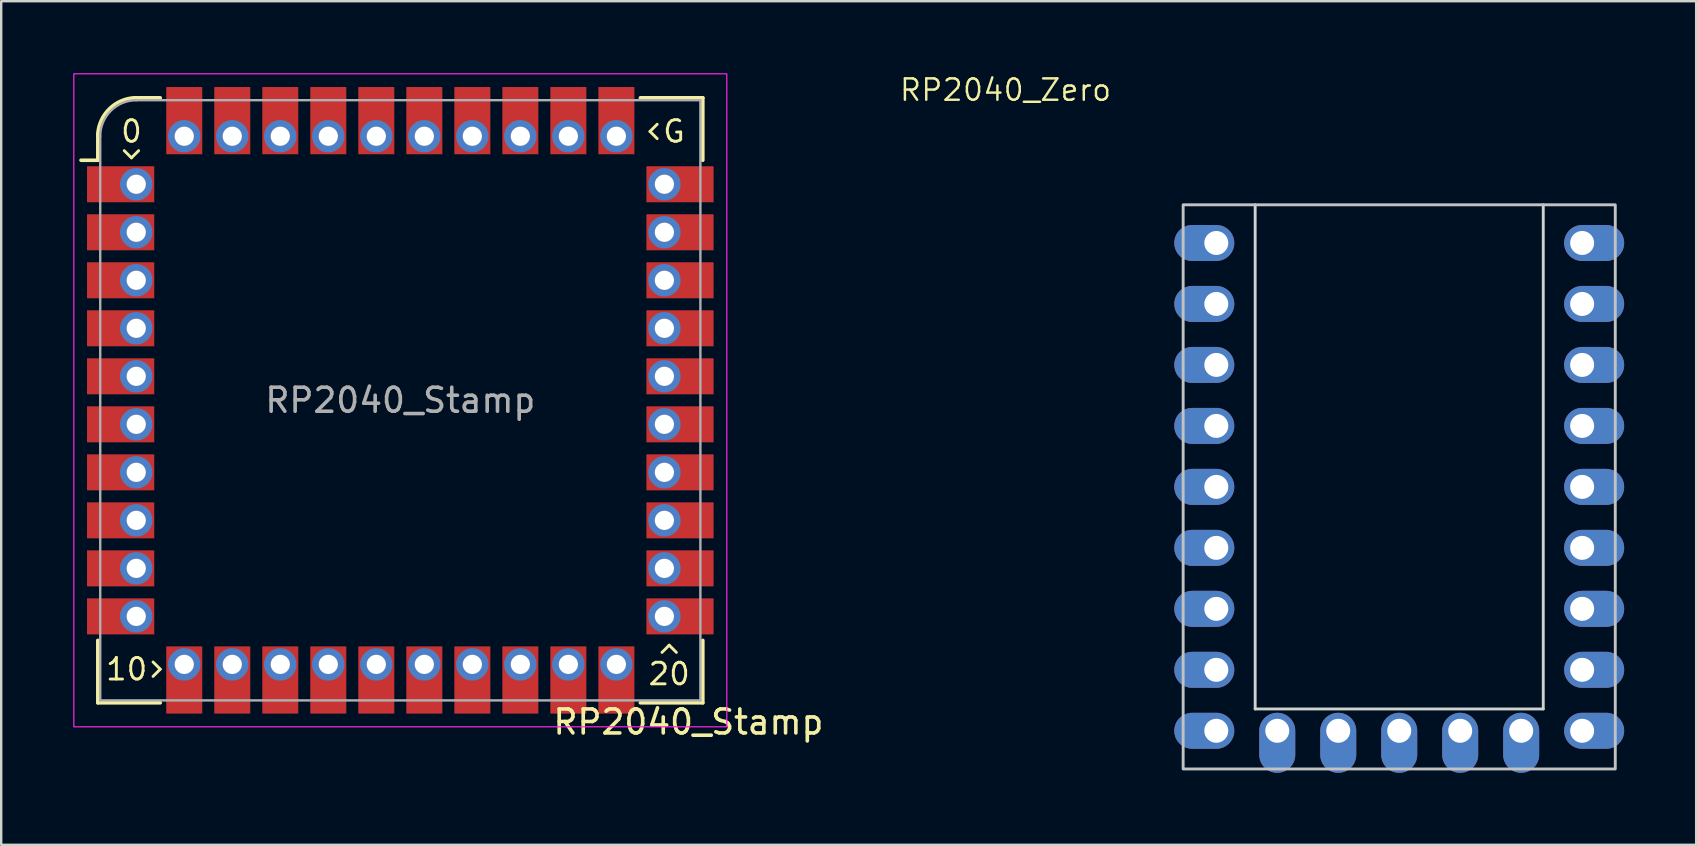
<source format=kicad_pcb>
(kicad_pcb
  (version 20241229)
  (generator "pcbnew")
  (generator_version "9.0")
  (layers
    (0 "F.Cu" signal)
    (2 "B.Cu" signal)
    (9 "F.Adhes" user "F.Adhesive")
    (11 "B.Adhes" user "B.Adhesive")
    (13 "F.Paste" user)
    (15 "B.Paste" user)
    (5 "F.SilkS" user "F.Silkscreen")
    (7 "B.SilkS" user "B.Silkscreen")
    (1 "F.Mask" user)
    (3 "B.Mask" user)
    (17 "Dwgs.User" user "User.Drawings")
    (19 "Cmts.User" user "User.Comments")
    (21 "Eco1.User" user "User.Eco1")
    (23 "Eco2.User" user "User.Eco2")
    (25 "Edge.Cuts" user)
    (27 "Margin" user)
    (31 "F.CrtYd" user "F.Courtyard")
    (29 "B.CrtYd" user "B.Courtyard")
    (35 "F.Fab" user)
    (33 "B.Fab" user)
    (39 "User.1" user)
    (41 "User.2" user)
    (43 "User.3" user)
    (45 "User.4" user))
  (footprint "RP2040_Stamp"
    (layer "F.Cu")
    (at 13.625 13.625)
    (property "Reference" "RP2040_Stamp" (at 12 13.4 0) (unlocked yes) (layer "F.SilkS") (effects (font (size 1 1) (thickness 0.15))))
    (attr through_hole)
    (fp_line (start -12.6 -10) (end -13.3 -10) (stroke (width 0.15) (type solid)) (layer "F.SilkS"))
    (fp_line (start -12.6 -10) (end -12.6 -11.1) (stroke (width 0.15) (type solid)) (layer "F.SilkS"))
    (fp_line (start -12.6 12.6) (end -12.6 10) (stroke (width 0.15) (type solid)) (layer "F.SilkS"))
    (fp_line (start -11.5 -10.4) (end -11.2 -10.1) (stroke (width 0.12) (type solid)) (layer "F.SilkS"))
    (fp_line (start -11.2 -10.1) (end -10.9 -10.4) (stroke (width 0.12) (type solid)) (layer "F.SilkS"))
    (fp_line (start -11.1 -12.6) (end -10 -12.6) (stroke (width 0.15) (type solid)) (layer "F.SilkS"))
    (fp_line (start -10.3 11.5) (end -10 11.2) (stroke (width 0.12) (type solid)) (layer "F.SilkS"))
    (fp_line (start -10 11.2) (end -10.3 10.9) (stroke (width 0.12) (type solid)) (layer "F.SilkS"))
    (fp_line (start -10 12.6) (end -12.6 12.6) (stroke (width 0.15) (type solid)) (layer "F.SilkS"))
    (fp_line (start 10 -12.6) (end 12.6 -12.6) (stroke (width 0.15) (type solid)) (layer "F.SilkS"))
    (fp_line (start 10.4 -11.2) (end 10.7 -10.9) (stroke (width 0.12) (type solid)) (layer "F.SilkS"))
    (fp_line (start 10.7 -11.5) (end 10.4 -11.2) (stroke (width 0.12) (type solid)) (layer "F.SilkS"))
    (fp_line (start 11.2 10.2) (end 10.9 10.5) (stroke (width 0.12) (type solid)) (layer "F.SilkS"))
    (fp_line (start 11.5 10.5) (end 11.2 10.2) (stroke (width 0.12) (type solid)) (layer "F.SilkS"))
    (fp_line (start 12.6 -12.6) (end 12.6 -10) (stroke (width 0.15) (type solid)) (layer "F.SilkS"))
    (fp_line (start 12.6 10) (end 12.6 12.6) (stroke (width 0.15) (type solid)) (layer "F.SilkS"))
    (fp_line (start 12.6 12.6) (end 10 12.6) (stroke (width 0.15) (type solid)) (layer "F.SilkS"))
    (fp_arc (start -12.6 -11.1) (mid -12.129432 -12.129432) (end -11.1 -12.6) (stroke (width 0.15) (type solid)) (layer "F.SilkS"))
    (fp_rect (start -13.6 -13.6) (end 13.6 13.6) (stroke (width 0.05) (type solid)) (fill no) (layer "F.CrtYd"))
    (fp_line (start -12.5 12.5) (end -12.5 -11) (stroke (width 0.1) (type solid)) (layer "F.Fab"))
    (fp_line (start -11 -12.5) (end 12.5 -12.5) (stroke (width 0.1) (type solid)) (layer "F.Fab"))
    (fp_line (start 12.5 -12.5) (end 12.5 12.5) (stroke (width 0.1) (type solid)) (layer "F.Fab"))
    (fp_line (start 12.5 12.5) (end -12.5 12.5) (stroke (width 0.1) (type solid)) (layer "F.Fab"))
    (fp_arc (start -12.500003 -11.000003) (mid -12.060661 -12.060662) (end -11 -12.5) (stroke (width 0.1) (type solid)) (layer "F.Fab"))
    (fp_text user "G" (at 11.4 -11.2 0) (unlocked yes) (layer "F.SilkS") (effects (font (size 0.9 0.9) (thickness 0.12))))
    (fp_text user "20" (at 11.2 11.4 0) (unlocked yes) (layer "F.SilkS") (effects (font (size 0.9 0.9) (thickness 0.12))))
    (fp_text user "0" (at -11.2 -11.2 0) (unlocked yes) (layer "F.SilkS") (effects (font (size 0.9 0.9) (thickness 0.12))))
    (fp_text user "10" (at -11.4 11.2 0) (unlocked yes) (layer "F.SilkS") (effects (font (size 0.9 0.9) (thickness 0.12))))
    (fp_text user "${REFERENCE}" (at 0 0 0) (unlocked yes) (layer "F.Fab") (effects (font (size 1 1) (thickness 0.15))))
    (pad "1" smd rect (at -11.65 -9) (size 2.8 1.5) (layers "F.Cu" "F.Mask" "F.Paste"))
    (pad "1" thru_hole circle (at -11 -9) (size 1.35 1.35) (drill 0.8) (layers "*.Cu" "*.Mask"))
    (pad "2" smd rect (at -11.65 -7) (size 2.8 1.5) (layers "F.Cu" "F.Mask" "F.Paste"))
    (pad "2" thru_hole oval (at -11 -7) (size 1.35 1.35) (drill 0.8) (layers "*.Cu" "*.Mask"))
    (pad "3" smd rect (at -11.65 -5) (size 2.8 1.5) (layers "F.Cu" "F.Mask" "F.Paste"))
    (pad "3" thru_hole oval (at -11 -5) (size 1.35 1.35) (drill 0.8) (layers "*.Cu" "*.Mask"))
    (pad "4" smd rect (at -11.65 -3) (size 2.8 1.5) (layers "F.Cu" "F.Mask" "F.Paste"))
    (pad "4" thru_hole oval (at -11 -3) (size 1.35 1.35) (drill 0.8) (layers "*.Cu" "*.Mask"))
    (pad "5" smd rect (at -11.65 -1) (size 2.8 1.5) (layers "F.Cu" "F.Mask" "F.Paste"))
    (pad "5" thru_hole oval (at -11 -1) (size 1.35 1.35) (drill 0.8) (layers "*.Cu" "*.Mask"))
    (pad "6" smd rect (at -11.65 1) (size 2.8 1.5) (layers "F.Cu" "F.Mask" "F.Paste"))
    (pad "6" thru_hole oval (at -11 1) (size 1.35 1.35) (drill 0.8) (layers "*.Cu" "*.Mask"))
    (pad "7" smd rect (at -11.65 3) (size 2.8 1.5) (layers "F.Cu" "F.Mask" "F.Paste"))
    (pad "7" thru_hole oval (at -11 3) (size 1.35 1.35) (drill 0.8) (layers "*.Cu" "*.Mask"))
    (pad "8" smd rect (at -11.65 5) (size 2.8 1.5) (layers "F.Cu" "F.Mask" "F.Paste"))
    (pad "8" thru_hole oval (at -11 5) (size 1.35 1.35) (drill 0.8) (layers "*.Cu" "*.Mask"))
    (pad "9" smd rect (at -11.65 7) (size 2.8 1.5) (layers "F.Cu" "F.Mask" "F.Paste"))
    (pad "9" thru_hole oval (at -11 7) (size 1.35 1.35) (drill 0.8) (layers "*.Cu" "*.Mask"))
    (pad "10" smd rect (at -11.65 9) (size 2.8 1.5) (layers "F.Cu" "F.Mask" "F.Paste"))
    (pad "10" thru_hole oval (at -11 9) (size 1.35 1.35) (drill 0.8) (layers "*.Cu" "*.Mask"))
    (pad "11" thru_hole oval (at -9 11) (size 1.35 1.35) (drill 0.8) (layers "*.Cu" "*.Mask"))
    (pad "11" smd rect (at -9 11.65 270) (size 2.8 1.5) (layers "F.Cu" "F.Mask" "F.Paste"))
    (pad "12" thru_hole oval (at -7 11) (size 1.35 1.35) (drill 0.8) (layers "*.Cu" "*.Mask"))
    (pad "12" smd rect (at -7 11.65 270) (size 2.8 1.5) (layers "F.Cu" "F.Mask" "F.Paste"))
    (pad "13" thru_hole oval (at -5 11) (size 1.35 1.35) (drill 0.8) (layers "*.Cu" "*.Mask"))
    (pad "13" smd rect (at -5 11.65 270) (size 2.8 1.5) (layers "F.Cu" "F.Mask" "F.Paste"))
    (pad "14" thru_hole oval (at -3 11) (size 1.35 1.35) (drill 0.8) (layers "*.Cu" "*.Mask"))
    (pad "14" smd rect (at -3 11.65 270) (size 2.8 1.5) (layers "F.Cu" "F.Mask" "F.Paste"))
    (pad "15" thru_hole oval (at -1 11) (size 1.35 1.35) (drill 0.8) (layers "*.Cu" "*.Mask"))
    (pad "15" smd rect (at -1 11.65 270) (size 2.8 1.5) (layers "F.Cu" "F.Mask" "F.Paste"))
    (pad "16" thru_hole oval (at 1 11) (size 1.35 1.35) (drill 0.8) (layers "*.Cu" "*.Mask"))
    (pad "16" smd rect (at 1 11.65 270) (size 2.8 1.5) (layers "F.Cu" "F.Mask" "F.Paste"))
    (pad "17" thru_hole oval (at 3 11) (size 1.35 1.35) (drill 0.8) (layers "*.Cu" "*.Mask"))
    (pad "17" smd rect (at 3 11.65 270) (size 2.8 1.5) (layers "F.Cu" "F.Mask" "F.Paste"))
    (pad "18" thru_hole oval (at 5 11) (size 1.35 1.35) (drill 0.8) (layers "*.Cu" "*.Mask"))
    (pad "18" smd rect (at 5 11.65 270) (size 2.8 1.5) (layers "F.Cu" "F.Mask" "F.Paste"))
    (pad "19" thru_hole oval (at 7 11) (size 1.35 1.35) (drill 0.8) (layers "*.Cu" "*.Mask"))
    (pad "19" smd rect (at 7 11.65 270) (size 2.8 1.5) (layers "F.Cu" "F.Mask" "F.Paste"))
    (pad "20" thru_hole oval (at 9 11) (size 1.35 1.35) (drill 0.8) (layers "*.Cu" "*.Mask"))
    (pad "20" smd rect (at 9 11.65 270) (size 2.8 1.5) (layers "F.Cu" "F.Mask" "F.Paste"))
    (pad "21" thru_hole oval (at 11 9) (size 1.35 1.35) (drill 0.8) (layers "*.Cu" "*.Mask"))
    (pad "21" smd rect (at 11.65 9) (size 2.8 1.5) (layers "F.Cu" "F.Mask" "F.Paste"))
    (pad "22" thru_hole oval (at 11 7) (size 1.35 1.35) (drill 0.8) (layers "*.Cu" "*.Mask"))
    (pad "22" smd rect (at 11.65 7) (size 2.8 1.5) (layers "F.Cu" "F.Mask" "F.Paste"))
    (pad "23" thru_hole oval (at 11 5) (size 1.35 1.35) (drill 0.8) (layers "*.Cu" "*.Mask"))
    (pad "23" smd rect (at 11.65 5) (size 2.8 1.5) (layers "F.Cu" "F.Mask" "F.Paste"))
    (pad "24" thru_hole oval (at 11 3) (size 1.35 1.35) (drill 0.8) (layers "*.Cu" "*.Mask"))
    (pad "24" smd rect (at 11.65 3) (size 2.8 1.5) (layers "F.Cu" "F.Mask" "F.Paste"))
    (pad "25" thru_hole oval (at 11 1) (size 1.35 1.35) (drill 0.8) (layers "*.Cu" "*.Mask"))
    (pad "25" smd rect (at 11.65 1) (size 2.8 1.5) (layers "F.Cu" "F.Mask" "F.Paste"))
    (pad "26" thru_hole oval (at 11 -1) (size 1.35 1.35) (drill 0.8) (layers "*.Cu" "*.Mask"))
    (pad "26" smd rect (at 11.65 -1) (size 2.8 1.5) (layers "F.Cu" "F.Mask" "F.Paste"))
    (pad "27" thru_hole oval (at 11 -3) (size 1.35 1.35) (drill 0.8) (layers "*.Cu" "*.Mask"))
    (pad "27" smd rect (at 11.65 -3) (size 2.8 1.5) (layers "F.Cu" "F.Mask" "F.Paste"))
    (pad "28" thru_hole oval (at 11 -5) (size 1.35 1.35) (drill 0.8) (layers "*.Cu" "*.Mask"))
    (pad "28" smd rect (at 11.65 -5) (size 2.8 1.5) (layers "F.Cu" "F.Mask" "F.Paste"))
    (pad "29" thru_hole oval (at 11 -7) (size 1.35 1.35) (drill 0.8) (layers "*.Cu" "*.Mask"))
    (pad "29" smd rect (at 11.65 -7) (size 2.8 1.5) (layers "F.Cu" "F.Mask" "F.Paste"))
    (pad "30" thru_hole oval (at 11 -9) (size 1.35 1.35) (drill 0.8) (layers "*.Cu" "*.Mask"))
    (pad "30" smd rect (at 11.65 -9) (size 2.8 1.5) (layers "F.Cu" "F.Mask" "F.Paste"))
    (pad "31" smd rect (at 9 -11.65 270) (size 2.8 1.5) (layers "F.Cu" "F.Mask" "F.Paste"))
    (pad "31" thru_hole oval (at 9 -11) (size 1.35 1.35) (drill 0.8) (layers "*.Cu" "*.Mask"))
    (pad "32" smd rect (at 7 -11.65 270) (size 2.8 1.5) (layers "F.Cu" "F.Mask" "F.Paste"))
    (pad "32" thru_hole oval (at 7 -11) (size 1.35 1.35) (drill 0.8) (layers "*.Cu" "*.Mask"))
    (pad "33" smd rect (at 5 -11.65 270) (size 2.8 1.5) (layers "F.Cu" "F.Mask" "F.Paste"))
    (pad "33" thru_hole oval (at 5 -11) (size 1.35 1.35) (drill 0.8) (layers "*.Cu" "*.Mask"))
    (pad "34" smd rect (at 3 -11.65 270) (size 2.8 1.5) (layers "F.Cu" "F.Mask" "F.Paste"))
    (pad "34" thru_hole oval (at 3 -11) (size 1.35 1.35) (drill 0.8) (layers "*.Cu" "*.Mask"))
    (pad "35" smd rect (at 1 -11.65 270) (size 2.8 1.5) (layers "F.Cu" "F.Mask" "F.Paste"))
    (pad "35" thru_hole oval (at 1 -11) (size 1.35 1.35) (drill 0.8) (layers "*.Cu" "*.Mask"))
    (pad "36" smd rect (at -1 -11.65 270) (size 2.8 1.5) (layers "F.Cu" "F.Mask" "F.Paste"))
    (pad "36" thru_hole oval (at -1 -11) (size 1.35 1.35) (drill 0.8) (layers "*.Cu" "*.Mask"))
    (pad "37" smd rect (at -3 -11.65 270) (size 2.8 1.5) (layers "F.Cu" "F.Mask" "F.Paste"))
    (pad "37" thru_hole oval (at -3 -11) (size 1.35 1.35) (drill 0.8) (layers "*.Cu" "*.Mask"))
    (pad "38" smd rect (at -5 -11.65 270) (size 2.8 1.5) (layers "F.Cu" "F.Mask" "F.Paste"))
    (pad "38" thru_hole oval (at -5 -11) (size 1.35 1.35) (drill 0.8) (layers "*.Cu" "*.Mask"))
    (pad "39" smd rect (at -7 -11.65 270) (size 2.8 1.5) (layers "F.Cu" "F.Mask" "F.Paste"))
    (pad "39" thru_hole oval (at -7 -11) (size 1.35 1.35) (drill 0.8) (layers "*.Cu" "*.Mask"))
    (pad "40" smd rect (at -9 -11.65 270) (size 2.8 1.5) (layers "F.Cu" "F.Mask" "F.Paste"))
    (pad "40" thru_hole oval (at -9 -11) (size 1.35 1.35) (drill 0.8) (layers "*.Cu" "*.Mask")))
  (footprint "RP2040_Zero"
    (layer "F.Cu")
    (at 55.234 17.231)
    (property "Reference" "RP2040_Zero" (at -16.399 -16.533 0) (layer "F.SilkS") (effects (font (size 0.889 0.889) (thickness 0.102))))
    (attr through_hole exclude_from_pos_files)
    (fp_rect (start -9 -11.75) (end 9 11.75) (stroke (width 0.12) (type solid)) (fill no) (layer "Dwgs.User"))
    (fp_line (start -6 -11.75) (end -6 9.25) (stroke (width 0.12) (type solid)) (layer "Edge.Cuts"))
    (fp_line (start -6 9.25) (end 6 9.25) (stroke (width 0.12) (type solid)) (layer "Edge.Cuts"))
    (fp_line (start 6 9.25) (end 6 -11.75) (stroke (width 0.12) (type solid)) (layer "Edge.Cuts"))
    (pad "1" thru_hole oval (at 7.62 -10.16 180) (size 2.5 1.5) (drill 1 (offset -0.5 0)) (layers "*.Cu" "*.Mask"))
    (pad "2" thru_hole oval (at 7.62 -7.62 180) (size 2.5 1.5) (drill 1 (offset -0.5 0)) (layers "*.Cu" "*.Mask"))
    (pad "3" thru_hole oval (at 7.62 -5.08 180) (size 2.5 1.5) (drill 1 (offset -0.5 0)) (layers "*.Cu" "*.Mask"))
    (pad "4" thru_hole oval (at 7.62 -2.54 180) (size 2.5 1.5) (drill 1 (offset -0.5 0)) (layers "*.Cu" "*.Mask"))
    (pad "5" thru_hole oval (at 7.62 0 180) (size 2.5 1.5) (drill 1 (offset -0.5 0)) (layers "*.Cu" "*.Mask"))
    (pad "6" thru_hole oval (at 7.62 2.54 180) (size 2.5 1.5) (drill 1 (offset -0.5 0)) (layers "*.Cu" "*.Mask"))
    (pad "7" thru_hole oval (at 7.62 5.08 180) (size 2.5 1.5) (drill 1 (offset -0.5 0)) (layers "*.Cu" "*.Mask"))
    (pad "8" thru_hole oval (at 7.62 7.62 180) (size 2.5 1.5) (drill 1 (offset -0.5 0)) (layers "*.Cu" "*.Mask"))
    (pad "9" thru_hole oval (at 7.62 10.16 180) (size 2.5 1.5) (drill 1 (offset -0.5 0)) (layers "*.Cu" "*.Mask"))
    (pad "10" thru_hole oval (at 5.08 10.16 90) (size 2.5 1.5) (drill 1 (offset -0.5 0)) (layers "*.Cu" "*.Mask"))
    (pad "11" thru_hole oval (at 2.54 10.16 90) (size 2.5 1.5) (drill 1 (offset -0.5 0)) (layers "*.Cu" "*.Mask"))
    (pad "12" thru_hole oval (at 0 10.16 90) (size 2.5 1.5) (drill 1 (offset -0.5 0)) (layers "*.Cu" "*.Mask"))
    (pad "13" thru_hole oval (at -2.54 10.16 90) (size 2.5 1.5) (drill 1 (offset -0.5 0)) (layers "*.Cu" "*.Mask"))
    (pad "14" thru_hole oval (at -5.08 10.16 90) (size 2.5 1.5) (drill 1 (offset -0.5 0)) (layers "*.Cu" "*.Mask"))
    (pad "15" thru_hole oval (at -7.62 10.16) (size 2.5 1.5) (drill 1 (offset -0.5 0)) (layers "*.Cu" "*.Mask"))
    (pad "16" thru_hole oval (at -7.62 7.62) (size 2.5 1.5) (drill 1 (offset -0.5 0)) (layers "*.Cu" "*.Mask"))
    (pad "17" thru_hole oval (at -7.62 5.08) (size 2.5 1.5) (drill 1 (offset -0.5 0)) (layers "*.Cu" "*.Mask"))
    (pad "18" thru_hole oval (at -7.62 2.54) (size 2.5 1.5) (drill 1 (offset -0.5 0)) (layers "*.Cu" "*.Mask"))
    (pad "19" thru_hole oval (at -7.62 0) (size 2.5 1.5) (drill 1 (offset -0.5 0)) (layers "*.Cu" "*.Mask"))
    (pad "20" thru_hole oval (at -7.62 -2.54) (size 2.5 1.5) (drill 1 (offset -0.5 0)) (layers "*.Cu" "*.Mask"))
    (pad "21" thru_hole oval (at -7.62 -5.08) (size 2.5 1.5) (drill 1 (offset -0.5 0)) (layers "*.Cu" "*.Mask"))
    (pad "22" thru_hole oval (at -7.62 -7.62) (size 2.5 1.5) (drill 1 (offset -0.5 0)) (layers "*.Cu" "*.Mask"))
    (pad "23" thru_hole oval (at -7.62 -10.16) (size 2.5 1.5) (drill 1 (offset -0.5 0)) (layers "*.Cu" "*.Mask")))
  (gr_rect
    (start -3 -3)
    (end 67.604 32.141)
    (stroke (width 0.1) (type default))
    (fill no)
    (layer "Edge.Cuts")))
</source>
